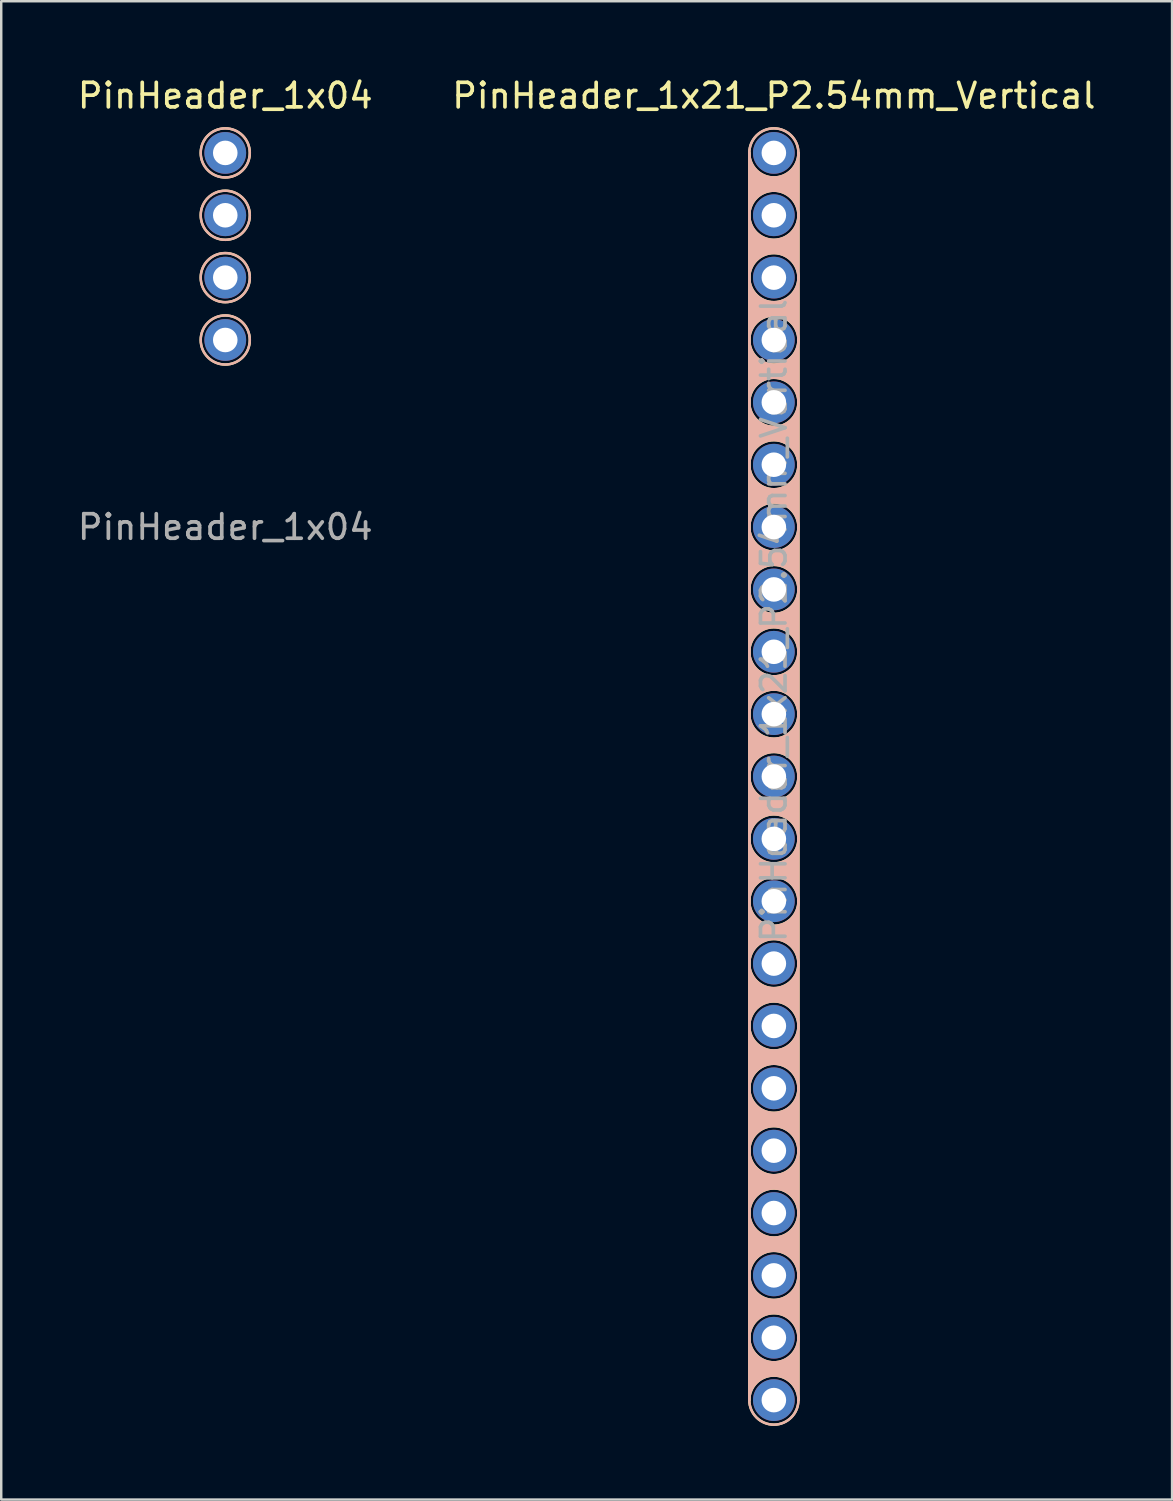
<source format=kicad_pcb>
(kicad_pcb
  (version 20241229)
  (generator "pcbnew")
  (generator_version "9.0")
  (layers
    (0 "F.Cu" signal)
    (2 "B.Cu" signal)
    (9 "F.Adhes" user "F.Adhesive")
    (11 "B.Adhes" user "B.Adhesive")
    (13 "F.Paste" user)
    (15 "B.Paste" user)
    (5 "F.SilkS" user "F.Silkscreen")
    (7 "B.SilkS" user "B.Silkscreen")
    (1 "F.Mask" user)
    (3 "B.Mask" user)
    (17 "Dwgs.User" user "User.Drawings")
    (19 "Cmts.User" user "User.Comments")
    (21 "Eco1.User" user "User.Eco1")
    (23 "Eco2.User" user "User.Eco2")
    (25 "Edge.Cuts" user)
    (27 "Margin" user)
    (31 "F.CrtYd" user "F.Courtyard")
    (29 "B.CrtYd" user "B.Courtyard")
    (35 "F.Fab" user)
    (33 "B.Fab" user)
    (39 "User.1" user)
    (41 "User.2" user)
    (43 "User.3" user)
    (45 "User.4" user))
  (footprint "PinHeader_1x04"
    (layer "F.Cu")
    (at 6.125 3.178)
    (property "Reference" "PinHeader_1x04" (at 0 -2.33 0) (layer "F.SilkS") (effects (font (size 1 1) (thickness 0.15))))
    (attr through_hole)
    (fp_circle (center 0 0) (end 1 0) (stroke (width 0.1) (type default)) (fill no) (layer "F.SilkS"))
    (fp_circle (center 0 2.54) (end 1 2.54) (stroke (width 0.1) (type default)) (fill no) (layer "F.SilkS"))
    (fp_circle (center 0 5.08) (end 1 5.08) (stroke (width 0.1) (type default)) (fill no) (layer "F.SilkS"))
    (fp_circle (center 0 7.62) (end 1 7.62) (stroke (width 0.1) (type default)) (fill no) (layer "F.SilkS"))
    (fp_circle (center 0 0) (end -1 0) (stroke (width 0.1) (type default)) (fill no) (layer "B.SilkS"))
    (fp_circle (center 0 2.54) (end -1 2.54) (stroke (width 0.1) (type default)) (fill no) (layer "B.SilkS"))
    (fp_circle (center 0 5.08) (end -1 5.08) (stroke (width 0.1) (type default)) (fill no) (layer "B.SilkS"))
    (fp_circle (center 0 7.62) (end -1 7.62) (stroke (width 0.1) (type default)) (fill no) (layer "B.SilkS"))
    (fp_text user "${REFERENCE}" (at 0 15.24 180) (layer "F.Fab") (effects (font (size 1 1) (thickness 0.15))))
    (pad "1" thru_hole circle (at 0 0) (size 1.7 1.7) (drill 1) (layers "*.Cu" "*.Mask"))
    (pad "2" thru_hole oval (at 0 2.54) (size 1.7 1.7) (drill 1) (layers "*.Cu" "*.Mask"))
    (pad "3" thru_hole oval (at 0 5.08) (size 1.7 1.7) (drill 1) (layers "*.Cu" "*.Mask"))
    (pad "4" thru_hole oval (at 0 7.62) (size 1.7 1.7) (drill 1) (layers "*.Cu" "*.Mask")))
  (footprint "PinHeader_1x21_P2.54mm_Vertical"
    (layer "F.Cu")
    (at 28.47 3.178)
    (property "Reference" "PinHeader_1x21_P2.54mm_Vertical" (at 0 -2.33 0) (layer "F.SilkS") (effects (font (size 1 1) (thickness 0.15))))
    (attr through_hole)
    (fp_line (start -1 0) (end -1 50.8) (stroke (width 0.1) (type default)) (layer "F.SilkS"))
    (fp_line (start 1 50.8) (end 1 0) (stroke (width 0.1) (type default)) (layer "F.SilkS"))
    (fp_circle (center 0 0) (end 1 0) (stroke (width 0.1) (type default)) (fill no) (layer "F.SilkS"))
    (fp_circle (center 0 2.54) (end 1 2.54) (stroke (width 0.1) (type default)) (fill no) (layer "F.SilkS"))
    (fp_circle (center 0 5.08) (end 1 5.08) (stroke (width 0.1) (type default)) (fill no) (layer "F.SilkS"))
    (fp_circle (center 0 7.62) (end 1 7.62) (stroke (width 0.1) (type default)) (fill no) (layer "F.SilkS"))
    (fp_circle (center 0 10.16) (end 1 10.16) (stroke (width 0.1) (type default)) (fill no) (layer "F.SilkS"))
    (fp_circle (center 0 12.7) (end 1 12.7) (stroke (width 0.1) (type default)) (fill no) (layer "F.SilkS"))
    (fp_circle (center 0 15.24) (end 1 15.24) (stroke (width 0.1) (type default)) (fill no) (layer "F.SilkS"))
    (fp_circle (center 0 17.78) (end 1 17.78) (stroke (width 0.1) (type default)) (fill no) (layer "F.SilkS"))
    (fp_circle (center 0 20.32) (end 1 20.32) (stroke (width 0.1) (type default)) (fill no) (layer "F.SilkS"))
    (fp_circle (center 0 22.86) (end 1 22.86) (stroke (width 0.1) (type default)) (fill no) (layer "F.SilkS"))
    (fp_circle (center 0 25.4) (end 1 25.4) (stroke (width 0.1) (type default)) (fill no) (layer "F.SilkS"))
    (fp_circle (center 0 27.94) (end 1 27.94) (stroke (width 0.1) (type default)) (fill no) (layer "F.SilkS"))
    (fp_circle (center 0 30.48) (end 1 30.48) (stroke (width 0.1) (type default)) (fill no) (layer "F.SilkS"))
    (fp_circle (center 0 33.02) (end 1 33.02) (stroke (width 0.1) (type default)) (fill no) (layer "F.SilkS"))
    (fp_circle (center 0 35.56) (end 1 35.56) (stroke (width 0.1) (type default)) (fill no) (layer "F.SilkS"))
    (fp_circle (center 0 38.1) (end 1 38.1) (stroke (width 0.1) (type default)) (fill no) (layer "F.SilkS"))
    (fp_circle (center 0 40.64) (end 1 40.64) (stroke (width 0.1) (type default)) (fill no) (layer "F.SilkS"))
    (fp_circle (center 0 43.18) (end 1 43.18) (stroke (width 0.1) (type default)) (fill no) (layer "F.SilkS"))
    (fp_circle (center 0 45.72) (end 1 45.72) (stroke (width 0.1) (type default)) (fill no) (layer "F.SilkS"))
    (fp_circle (center 0 48.26) (end 1 48.26) (stroke (width 0.1) (type default)) (fill no) (layer "F.SilkS"))
    (fp_circle (center 0 50.8) (end 1 50.8) (stroke (width 0.1) (type default)) (fill no) (layer "F.SilkS"))
    (fp_poly (pts (arc (start 1 2.54) (mid 0 1.54) (end -1 2.54)) (arc (start -1 0) (mid 0 1) (end 1 0))) (stroke (width 0) (type solid)) (fill yes) (layer "F.SilkS"))
    (fp_poly (pts (arc (start 1 5.08) (mid 0 4.08) (end -1 5.08)) (arc (start -1 2.54) (mid 0 3.54) (end 1 2.54))) (stroke (width 0) (type solid)) (fill yes) (layer "F.SilkS"))
    (fp_poly (pts (arc (start 1 7.62) (mid 0 6.62) (end -1 7.62)) (arc (start -1 5.08) (mid 0 6.08) (end 1 5.08))) (stroke (width 0) (type solid)) (fill yes) (layer "F.SilkS"))
    (fp_poly (pts (arc (start 1 10.16) (mid 0 9.16) (end -1 10.16)) (arc (start -1 7.62) (mid 0 8.62) (end 1 7.62))) (stroke (width 0) (type solid)) (fill yes) (layer "F.SilkS"))
    (fp_poly (pts (arc (start 1 12.7) (mid 0 11.7) (end -1 12.7)) (arc (start -1 10.16) (mid 0 11.16) (end 1 10.16))) (stroke (width 0) (type solid)) (fill yes) (layer "F.SilkS"))
    (fp_poly (pts (arc (start 1 15.24) (mid 0 14.24) (end -1 15.24)) (arc (start -1 12.7) (mid 0 13.7) (end 1 12.7))) (stroke (width 0) (type solid)) (fill yes) (layer "F.SilkS"))
    (fp_poly (pts (arc (start 1 17.78) (mid 0 16.78) (end -1 17.78)) (arc (start -1 15.24) (mid 0 16.24) (end 1 15.24))) (stroke (width 0) (type solid)) (fill yes) (layer "F.SilkS"))
    (fp_poly (pts (arc (start 1 20.32) (mid 0 19.32) (end -1 20.32)) (arc (start -1 17.78) (mid 0 18.78) (end 1 17.78))) (stroke (width 0) (type solid)) (fill yes) (layer "F.SilkS"))
    (fp_poly (pts (arc (start 1 22.86) (mid 0 21.86) (end -1 22.86)) (arc (start -1 20.32) (mid 0 21.32) (end 1 20.32))) (stroke (width 0) (type solid)) (fill yes) (layer "F.SilkS"))
    (fp_poly (pts (arc (start 1 25.4) (mid 0 24.4) (end -1 25.4)) (arc (start -1 22.86) (mid 0 23.86) (end 1 22.86))) (stroke (width 0) (type solid)) (fill yes) (layer "F.SilkS"))
    (fp_poly (pts (arc (start 1 27.94) (mid 0 26.94) (end -1 27.94)) (arc (start -1 25.4) (mid 0 26.4) (end 1 25.4))) (stroke (width 0) (type solid)) (fill yes) (layer "F.SilkS"))
    (fp_poly (pts (arc (start 1 30.48) (mid 0 29.48) (end -1 30.48)) (arc (start -1 27.94) (mid 0 28.94) (end 1 27.94))) (stroke (width 0) (type solid)) (fill yes) (layer "F.SilkS"))
    (fp_poly (pts (arc (start 1 33.02) (mid 0 32.02) (end -1 33.02)) (arc (start -1 30.48) (mid 0 31.48) (end 1 30.48))) (stroke (width 0) (type solid)) (fill yes) (layer "F.SilkS"))
    (fp_poly (pts (arc (start 1 35.56) (mid 0 34.56) (end -1 35.56)) (arc (start -1 33.02) (mid 0 34.02) (end 1 33.02))) (stroke (width 0) (type solid)) (fill yes) (layer "F.SilkS"))
    (fp_poly (pts (arc (start 1 38.1) (mid 0 37.1) (end -1 38.1)) (arc (start -1 35.56) (mid 0 36.56) (end 1 35.56))) (stroke (width 0) (type solid)) (fill yes) (layer "F.SilkS"))
    (fp_poly (pts (arc (start 1 40.64) (mid 0 39.64) (end -1 40.64)) (arc (start -1 38.1) (mid 0 39.1) (end 1 38.1))) (stroke (width 0) (type solid)) (fill yes) (layer "F.SilkS"))
    (fp_poly (pts (arc (start 1 43.18) (mid 0 42.18) (end -1 43.18)) (arc (start -1 40.64) (mid 0 41.64) (end 1 40.64))) (stroke (width 0) (type solid)) (fill yes) (layer "F.SilkS"))
    (fp_poly (pts (arc (start 1 45.72) (mid 0 44.72) (end -1 45.72)) (arc (start -1 43.18) (mid 0 44.18) (end 1 43.18))) (stroke (width 0) (type solid)) (fill yes) (layer "F.SilkS"))
    (fp_poly (pts (arc (start 1 48.26) (mid 0 47.26) (end -1 48.26)) (arc (start -1 45.72) (mid 0 46.72) (end 1 45.72))) (stroke (width 0) (type solid)) (fill yes) (layer "F.SilkS"))
    (fp_poly (pts (arc (start 1 50.8) (mid 0 49.8) (end -1 50.8)) (arc (start -1 48.26) (mid 0 49.26) (end 1 48.26))) (stroke (width 0) (type solid)) (fill yes) (layer "F.SilkS"))
    (fp_line (start -1 0) (end -1 50.8) (stroke (width 0.1) (type default)) (layer "B.SilkS"))
    (fp_line (start 1 50.8) (end 1 0) (stroke (width 0.1) (type default)) (layer "B.SilkS"))
    (fp_circle (center 0 0) (end -1 0) (stroke (width 0.1) (type default)) (fill no) (layer "B.SilkS"))
    (fp_circle (center 0 2.54) (end -1 2.54) (stroke (width 0.1) (type default)) (fill no) (layer "B.SilkS"))
    (fp_circle (center 0 5.08) (end -1 5.08) (stroke (width 0.1) (type default)) (fill no) (layer "B.SilkS"))
    (fp_circle (center 0 7.62) (end -1 7.62) (stroke (width 0.1) (type default)) (fill no) (layer "B.SilkS"))
    (fp_circle (center 0 10.16) (end -1 10.16) (stroke (width 0.1) (type default)) (fill no) (layer "B.SilkS"))
    (fp_circle (center 0 12.7) (end -1 12.7) (stroke (width 0.1) (type default)) (fill no) (layer "B.SilkS"))
    (fp_circle (center 0 15.24) (end -1 15.24) (stroke (width 0.1) (type default)) (fill no) (layer "B.SilkS"))
    (fp_circle (center 0 17.78) (end -1 17.78) (stroke (width 0.1) (type default)) (fill no) (layer "B.SilkS"))
    (fp_circle (center 0 20.32) (end -1 20.32) (stroke (width 0.1) (type default)) (fill no) (layer "B.SilkS"))
    (fp_circle (center 0 22.86) (end -1 22.86) (stroke (width 0.1) (type default)) (fill no) (layer "B.SilkS"))
    (fp_circle (center 0 25.4) (end -1 25.4) (stroke (width 0.1) (type default)) (fill no) (layer "B.SilkS"))
    (fp_circle (center 0 27.94) (end -1 27.94) (stroke (width 0.1) (type default)) (fill no) (layer "B.SilkS"))
    (fp_circle (center 0 30.48) (end -1 30.48) (stroke (width 0.1) (type default)) (fill no) (layer "B.SilkS"))
    (fp_circle (center 0 33.02) (end -1 33.02) (stroke (width 0.1) (type default)) (fill no) (layer "B.SilkS"))
    (fp_circle (center 0 35.56) (end -1 35.56) (stroke (width 0.1) (type default)) (fill no) (layer "B.SilkS"))
    (fp_circle (center 0 38.1) (end -1 38.1) (stroke (width 0.1) (type default)) (fill no) (layer "B.SilkS"))
    (fp_circle (center 0 40.64) (end -1 40.64) (stroke (width 0.1) (type default)) (fill no) (layer "B.SilkS"))
    (fp_circle (center 0 43.18) (end -1 43.18) (stroke (width 0.1) (type default)) (fill no) (layer "B.SilkS"))
    (fp_circle (center 0 45.72) (end -1 45.72) (stroke (width 0.1) (type default)) (fill no) (layer "B.SilkS"))
    (fp_circle (center 0 48.26) (end -1 48.26) (stroke (width 0.1) (type default)) (fill no) (layer "B.SilkS"))
    (fp_circle (center 0 50.8) (end -1 50.8) (stroke (width 0.1) (type default)) (fill no) (layer "B.SilkS"))
    (fp_poly (pts (arc (start -1 2.54) (mid 0 1.54) (end 1 2.54)) (arc (start 1 0) (mid 0 1) (end -1 0))) (stroke (width 0) (type solid)) (fill yes) (layer "B.SilkS"))
    (fp_poly (pts (arc (start -1 5.08) (mid 0 4.08) (end 1 5.08)) (arc (start 1 2.54) (mid 0 3.54) (end -1 2.54))) (stroke (width 0) (type solid)) (fill yes) (layer "B.SilkS"))
    (fp_poly (pts (arc (start -1 7.62) (mid 0 6.62) (end 1 7.62)) (arc (start 1 5.08) (mid 0 6.08) (end -1 5.08))) (stroke (width 0) (type solid)) (fill yes) (layer "B.SilkS"))
    (fp_poly (pts (arc (start -1 10.16) (mid 0 9.16) (end 1 10.16)) (arc (start 1 7.62) (mid 0 8.62) (end -1 7.62))) (stroke (width 0) (type solid)) (fill yes) (layer "B.SilkS"))
    (fp_poly (pts (arc (start -1 12.7) (mid 0 11.7) (end 1 12.7)) (arc (start 1 10.16) (mid 0 11.16) (end -1 10.16))) (stroke (width 0) (type solid)) (fill yes) (layer "B.SilkS"))
    (fp_poly (pts (arc (start -1 15.24) (mid 0 14.24) (end 1 15.24)) (arc (start 1 12.7) (mid 0 13.7) (end -1 12.7))) (stroke (width 0) (type solid)) (fill yes) (layer "B.SilkS"))
    (fp_poly (pts (arc (start -1 17.78) (mid 0 16.78) (end 1 17.78)) (arc (start 1 15.24) (mid 0 16.24) (end -1 15.24))) (stroke (width 0) (type solid)) (fill yes) (layer "B.SilkS"))
    (fp_poly (pts (arc (start -1 20.32) (mid 0 19.32) (end 1 20.32)) (arc (start 1 17.78) (mid 0 18.78) (end -1 17.78))) (stroke (width 0) (type solid)) (fill yes) (layer "B.SilkS"))
    (fp_poly (pts (arc (start -1 22.86) (mid 0 21.86) (end 1 22.86)) (arc (start 1 20.32) (mid 0 21.32) (end -1 20.32))) (stroke (width 0) (type solid)) (fill yes) (layer "B.SilkS"))
    (fp_poly (pts (arc (start -1 25.4) (mid 0 24.4) (end 1 25.4)) (arc (start 1 22.86) (mid 0 23.86) (end -1 22.86))) (stroke (width 0) (type solid)) (fill yes) (layer "B.SilkS"))
    (fp_poly (pts (arc (start -1 27.94) (mid 0 26.94) (end 1 27.94)) (arc (start 1 25.4) (mid 0 26.4) (end -1 25.4))) (stroke (width 0) (type solid)) (fill yes) (layer "B.SilkS"))
    (fp_poly (pts (arc (start -1 30.48) (mid 0 29.48) (end 1 30.48)) (arc (start 1 27.94) (mid 0 28.94) (end -1 27.94))) (stroke (width 0) (type solid)) (fill yes) (layer "B.SilkS"))
    (fp_poly (pts (arc (start -1 33.02) (mid 0 32.02) (end 1 33.02)) (arc (start 1 30.48) (mid 0 31.48) (end -1 30.48))) (stroke (width 0) (type solid)) (fill yes) (layer "B.SilkS"))
    (fp_poly (pts (arc (start -1 35.56) (mid 0 34.56) (end 1 35.56)) (arc (start 1 33.02) (mid 0 34.02) (end -1 33.02))) (stroke (width 0) (type solid)) (fill yes) (layer "B.SilkS"))
    (fp_poly (pts (arc (start -1 38.1) (mid 0 37.1) (end 1 38.1)) (arc (start 1 35.56) (mid 0 36.56) (end -1 35.56))) (stroke (width 0) (type solid)) (fill yes) (layer "B.SilkS"))
    (fp_poly (pts (arc (start -1 40.64) (mid 0 39.64) (end 1 40.64)) (arc (start 1 38.1) (mid 0 39.1) (end -1 38.1))) (stroke (width 0) (type solid)) (fill yes) (layer "B.SilkS"))
    (fp_poly (pts (arc (start -1 43.18) (mid 0 42.18) (end 1 43.18)) (arc (start 1 40.64) (mid 0 41.64) (end -1 40.64))) (stroke (width 0) (type solid)) (fill yes) (layer "B.SilkS"))
    (fp_poly (pts (arc (start -1 45.72) (mid 0 44.72) (end 1 45.72)) (arc (start 1 43.18) (mid 0 44.18) (end -1 43.18))) (stroke (width 0) (type solid)) (fill yes) (layer "B.SilkS"))
    (fp_poly (pts (arc (start -1 48.26) (mid 0 47.26) (end 1 48.26)) (arc (start 1 45.72) (mid 0 46.72) (end -1 45.72))) (stroke (width 0) (type solid)) (fill yes) (layer "B.SilkS"))
    (fp_poly (pts (arc (start -1 50.8) (mid 0 49.8) (end 1 50.8)) (arc (start 1 48.26) (mid 0 49.26) (end -1 48.26))) (stroke (width 0) (type solid)) (fill yes) (layer "B.SilkS"))
    (fp_text user "${REFERENCE}" (at 0 19.05 270) (layer "F.Fab") (effects (font (size 1 1) (thickness 0.15))))
    (pad "1" thru_hole circle (at 0 0) (size 1.7 1.7) (drill 1) (layers "*.Cu" "*.Mask"))
    (pad "2" thru_hole oval (at 0 2.54) (size 1.7 1.7) (drill 1) (layers "*.Cu" "*.Mask"))
    (pad "3" thru_hole oval (at 0 5.08) (size 1.7 1.7) (drill 1) (layers "*.Cu" "*.Mask"))
    (pad "4" thru_hole oval (at 0 7.62) (size 1.7 1.7) (drill 1) (layers "*.Cu" "*.Mask"))
    (pad "5" thru_hole oval (at 0 10.16) (size 1.7 1.7) (drill 1) (layers "*.Cu" "*.Mask"))
    (pad "6" thru_hole oval (at 0 12.7) (size 1.7 1.7) (drill 1) (layers "*.Cu" "*.Mask"))
    (pad "7" thru_hole oval (at 0 15.24) (size 1.7 1.7) (drill 1) (layers "*.Cu" "*.Mask"))
    (pad "8" thru_hole oval (at 0 17.78) (size 1.7 1.7) (drill 1) (layers "*.Cu" "*.Mask"))
    (pad "9" thru_hole oval (at 0 20.32) (size 1.7 1.7) (drill 1) (layers "*.Cu" "*.Mask"))
    (pad "10" thru_hole oval (at 0 22.86) (size 1.7 1.7) (drill 1) (layers "*.Cu" "*.Mask"))
    (pad "11" thru_hole oval (at 0 25.4) (size 1.7 1.7) (drill 1) (layers "*.Cu" "*.Mask"))
    (pad "12" thru_hole oval (at 0 27.94) (size 1.7 1.7) (drill 1) (layers "*.Cu" "*.Mask"))
    (pad "13" thru_hole oval (at 0 30.48) (size 1.7 1.7) (drill 1) (layers "*.Cu" "*.Mask"))
    (pad "14" thru_hole oval (at 0 33.02) (size 1.7 1.7) (drill 1) (layers "*.Cu" "*.Mask"))
    (pad "15" thru_hole oval (at 0 35.56) (size 1.7 1.7) (drill 1) (layers "*.Cu" "*.Mask"))
    (pad "16" thru_hole oval (at 0 38.1) (size 1.7 1.7) (drill 1) (layers "*.Cu" "*.Mask"))
    (pad "17" thru_hole oval (at 0 40.64) (size 1.7 1.7) (drill 1) (layers "*.Cu" "*.Mask"))
    (pad "18" thru_hole oval (at 0 43.18) (size 1.7 1.7) (drill 1) (layers "*.Cu" "*.Mask"))
    (pad "19" thru_hole oval (at 0 45.72) (size 1.7 1.7) (drill 1) (layers "*.Cu" "*.Mask"))
    (pad "20" thru_hole oval (at 0 48.26) (size 1.7 1.7) (drill 1) (layers "*.Cu" "*.Mask"))
    (pad "21" thru_hole oval (at 0 50.8) (size 1.7 1.7) (drill 1) (layers "*.Cu" "*.Mask")))
  (gr_rect
    (start -3 -3)
    (end 44.69 58.028)
    (stroke (width 0.1) (type default))
    (fill no)
    (layer "Edge.Cuts")))
</source>
